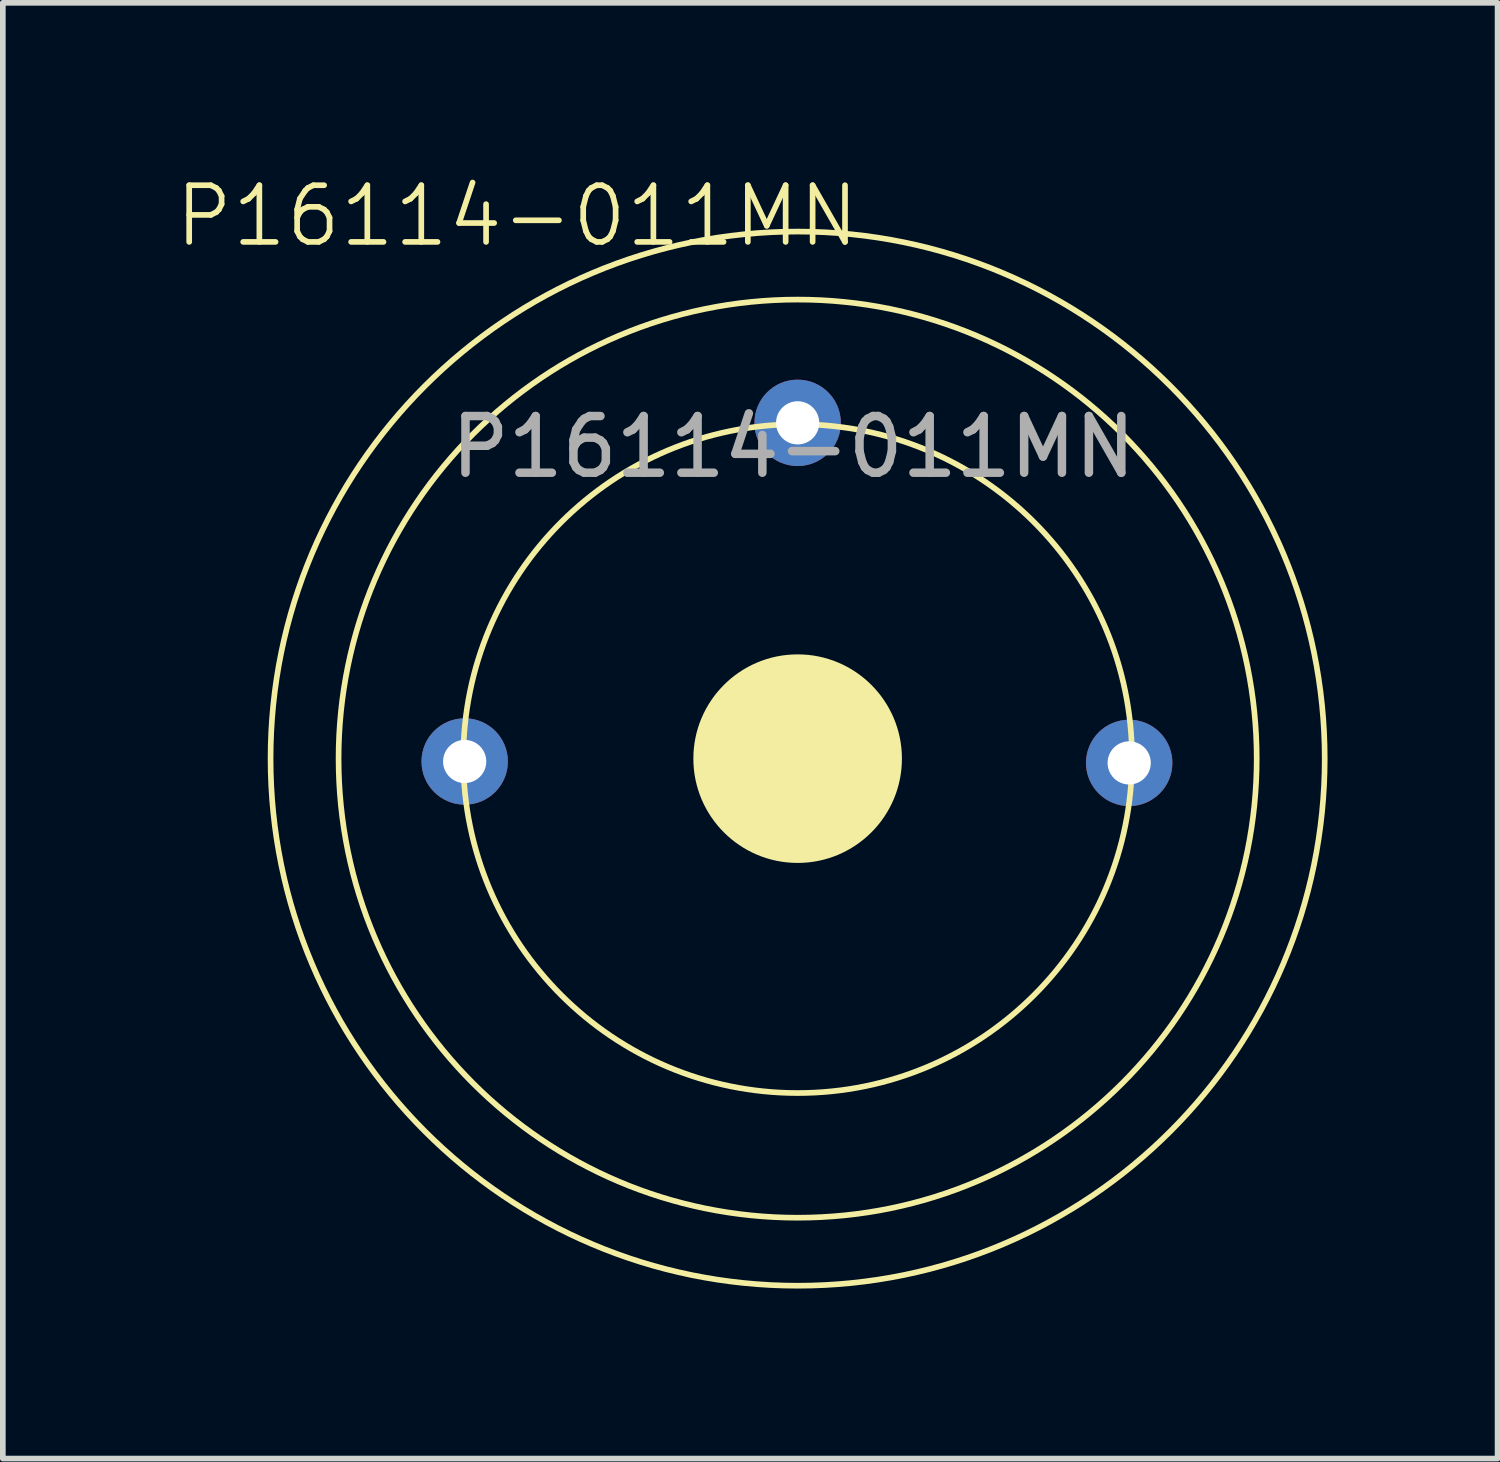
<source format=kicad_pcb>
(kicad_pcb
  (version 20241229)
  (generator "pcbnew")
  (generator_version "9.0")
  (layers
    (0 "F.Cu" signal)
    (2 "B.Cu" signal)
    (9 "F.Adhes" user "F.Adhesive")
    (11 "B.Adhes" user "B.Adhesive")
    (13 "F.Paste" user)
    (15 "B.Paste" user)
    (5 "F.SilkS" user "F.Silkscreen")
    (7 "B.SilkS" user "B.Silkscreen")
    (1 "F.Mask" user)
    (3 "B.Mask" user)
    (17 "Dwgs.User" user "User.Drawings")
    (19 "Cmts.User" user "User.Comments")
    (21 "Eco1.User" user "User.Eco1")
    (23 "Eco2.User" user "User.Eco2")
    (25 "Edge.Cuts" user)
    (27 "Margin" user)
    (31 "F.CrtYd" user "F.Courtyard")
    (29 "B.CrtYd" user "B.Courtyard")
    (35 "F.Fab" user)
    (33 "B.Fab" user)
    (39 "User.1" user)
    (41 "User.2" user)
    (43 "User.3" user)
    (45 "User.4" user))
  (footprint "P16114-011MN"
    (layer "F.Cu")
    (at 10.949 2.336)
    (property "Reference" "P16114-011MN" (at -4.875 -1.575 0) (unlocked yes) (layer "F.SilkS") (effects (font (size 1 1) (thickness 0.1))))
    (attr through_hole)
    (fp_circle (center 0.075 8) (end 1.865 8) (stroke (width 0.1) (type solid)) (fill yes) (layer "F.SilkS"))
    (fp_circle (center 0.075 8) (end 5.975 8) (stroke (width 0.1) (type default)) (fill no) (layer "F.SilkS"))
    (fp_circle (center 0.075 8) (end 8.175 8) (stroke (width 0.1) (type default)) (fill no) (layer "F.SilkS"))
    (fp_circle (center 0.075 8) (end 9.375 8) (stroke (width 0.1) (type default)) (fill no) (layer "F.SilkS"))
    (fp_text user "${REFERENCE}" (at 0 2.5 0) (unlocked yes) (layer "F.Fab") (effects (font (size 1 1) (thickness 0.15))))
    (pad "1" thru_hole circle (at 5.925 8.075) (size 1.524 1.524) (drill 0.762) (layers "*.Cu" "*.Mask"))
    (pad "2" thru_hole circle (at -5.8 8.05) (size 1.524 1.524) (drill 0.762) (layers "*.Cu" "*.Mask"))
    (pad "3" thru_hole circle (at 0.075 2.075) (size 1.524 1.524) (drill 0.762) (layers "*.Cu" "*.Mask")))
  (gr_rect
    (start -3 -3)
    (end 23.374 22.686)
    (stroke (width 0.1) (type default))
    (fill no)
    (layer "Edge.Cuts")))
</source>
